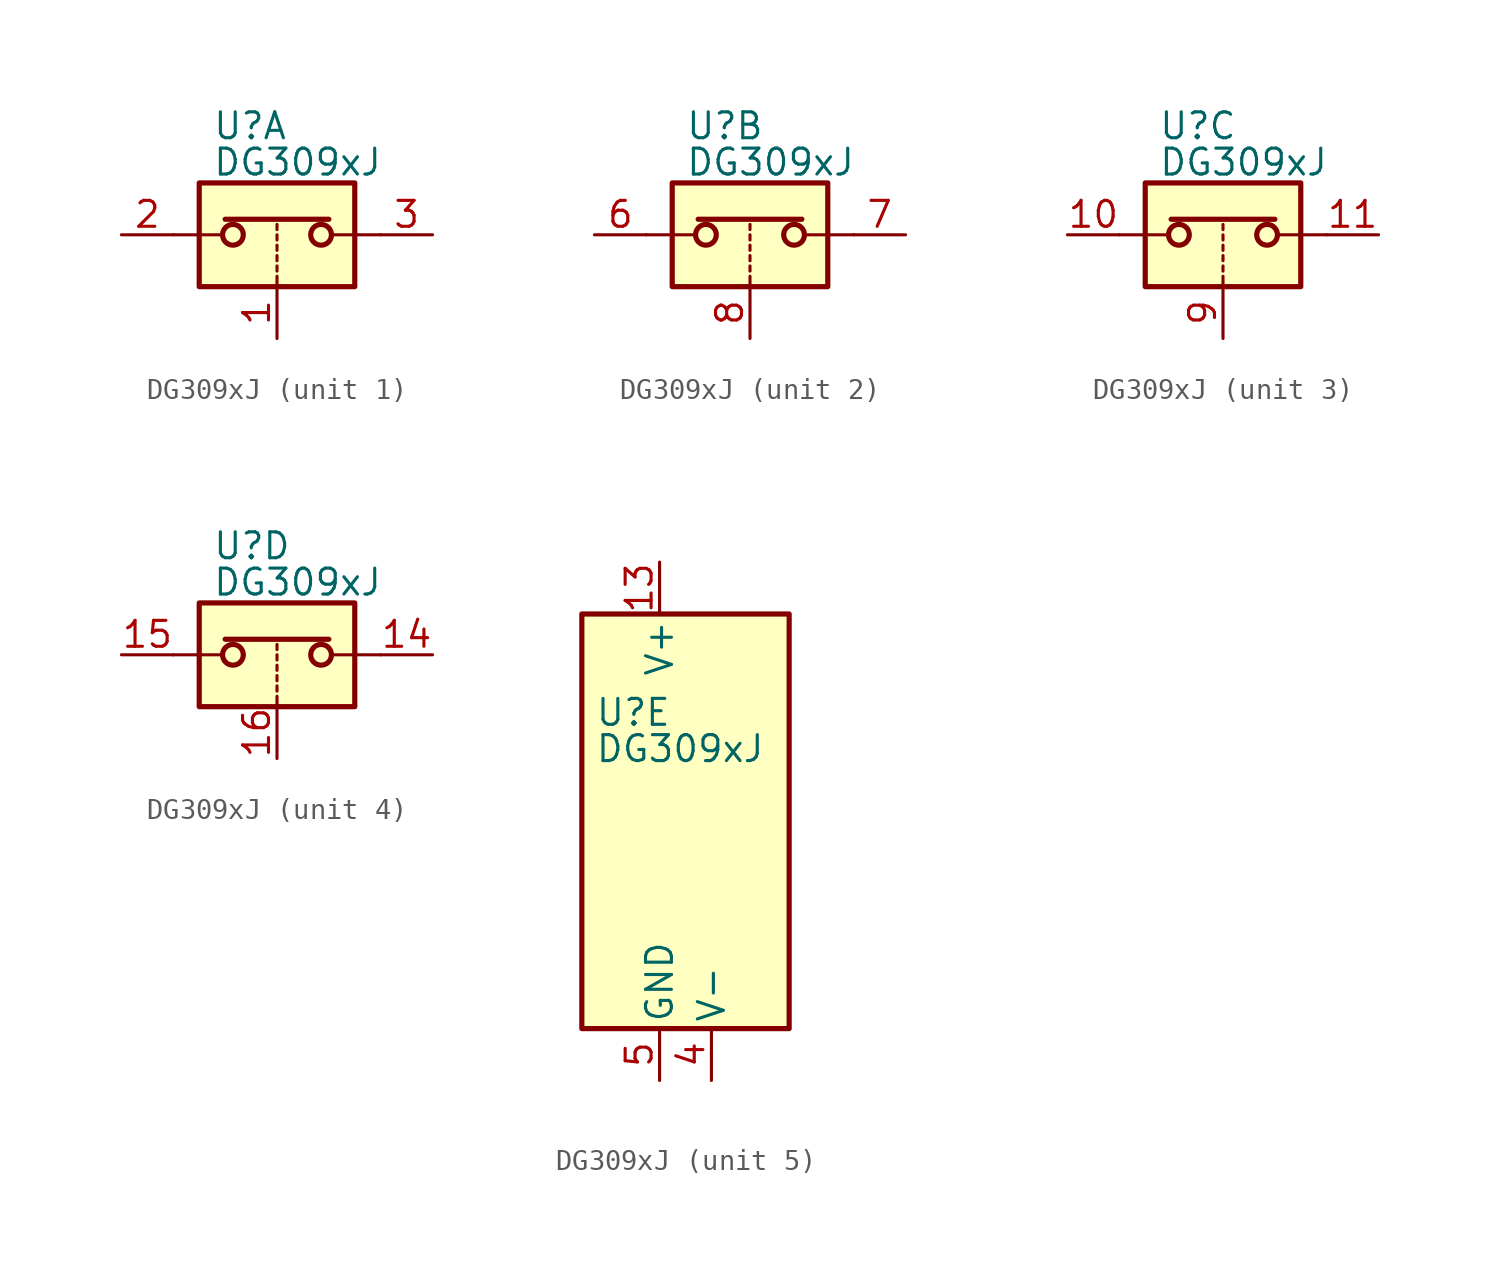
<source format=kicad_sym>
(kicad_symbol_lib
  (version 20220914)
  (generator kicad_symbol_editor)
  (symbol "DG309xJ"
    (pin_names
      (offset 0.254))
    (property "Reference" "U"
      (at -3.175 5.334 0)
      (effects (font (size 1.27 1.27)) (justify left)))
    (property "Value" "DG309xJ"
      (at -3.175 3.556 0)
      (effects (font (size 1.27 1.27)) (justify left)))
    (symbol "DG309xJ_1_1"
      (rectangle (start -3.81 2.54) (end 3.81 -2.54) (stroke (width 0.254) (type default)) (fill (type background)))
      (circle (center -2.159 0) (radius 0.508) (stroke (width 0.254) (type default)) (fill (type none)))
      (polyline (pts (xy -5.08 0) (xy -2.794 0)) (stroke (width 0) (type default)) (fill (type none)))
      (polyline (pts (xy -2.54 0.762) (xy 2.54 0.762)) (stroke (width 0.254) (type default)) (fill (type none)))
      (polyline (pts (xy 0 -2.54) (xy 0 -2.032)) (stroke (width 0) (type default)) (fill (type none)))
      (polyline (pts (xy 0 -1.778) (xy 0 -1.524)) (stroke (width 0) (type default)) (fill (type none)))
      (polyline (pts (xy 0 -1.27) (xy 0 -1.016)) (stroke (width 0) (type default)) (fill (type none)))
      (polyline (pts (xy 0 -0.762) (xy 0 -0.508)) (stroke (width 0) (type default)) (fill (type none)))
      (polyline (pts (xy 0 -0.254) (xy 0 0)) (stroke (width 0) (type default)) (fill (type none)))
      (polyline (pts (xy 0 0.254) (xy 0 0.508)) (stroke (width 0) (type default)) (fill (type none)))
      (polyline (pts (xy 5.08 0) (xy 2.794 0)) (stroke (width 0) (type default)) (fill (type none)))
      (circle (center 2.159 0) (radius 0.508) (stroke (width 0.254) (type default)) (fill (type none)))
      (pin input line (at 0 -5.08 90) (length 2.54) (name "~" (effects (font (size 1.27 1.27)))) (number "1" (effects (font (size 1.27 1.27)))))
      (pin passive line (at -7.62 0 0) (length 2.54) (name "~" (effects (font (size 1.27 1.27)))) (number "2" (effects (font (size 1.27 1.27)))))
      (pin passive line (at 7.62 0 180) (length 2.54) (name "~" (effects (font (size 1.27 1.27)))) (number "3" (effects (font (size 1.27 1.27))))))
    (symbol "DG309xJ_2_1"
      (rectangle (start -3.81 2.54) (end 3.81 -2.54) (stroke (width 0.254) (type default)) (fill (type background)))
      (circle (center -2.159 0) (radius 0.508) (stroke (width 0.254) (type default)) (fill (type none)))
      (polyline (pts (xy -5.08 0) (xy -2.794 0)) (stroke (width 0) (type default)) (fill (type none)))
      (polyline (pts (xy -2.54 0.762) (xy 2.54 0.762)) (stroke (width 0.254) (type default)) (fill (type none)))
      (polyline (pts (xy 0 -2.54) (xy 0 -2.032)) (stroke (width 0) (type default)) (fill (type none)))
      (polyline (pts (xy 0 -1.778) (xy 0 -1.524)) (stroke (width 0) (type default)) (fill (type none)))
      (polyline (pts (xy 0 -1.27) (xy 0 -1.016)) (stroke (width 0) (type default)) (fill (type none)))
      (polyline (pts (xy 0 -0.762) (xy 0 -0.508)) (stroke (width 0) (type default)) (fill (type none)))
      (polyline (pts (xy 0 -0.254) (xy 0 0)) (stroke (width 0) (type default)) (fill (type none)))
      (polyline (pts (xy 0 0.254) (xy 0 0.508)) (stroke (width 0) (type default)) (fill (type none)))
      (polyline (pts (xy 5.08 0) (xy 2.794 0)) (stroke (width 0) (type default)) (fill (type none)))
      (circle (center 2.159 0) (radius 0.508) (stroke (width 0.254) (type default)) (fill (type none)))
      (pin passive line (at -7.62 0 0) (length 2.54) (name "~" (effects (font (size 1.27 1.27)))) (number "6" (effects (font (size 1.27 1.27)))))
      (pin passive line (at 7.62 0 180) (length 2.54) (name "~" (effects (font (size 1.27 1.27)))) (number "7" (effects (font (size 1.27 1.27)))))
      (pin input line (at 0 -5.08 90) (length 2.54) (name "~" (effects (font (size 1.27 1.27)))) (number "8" (effects (font (size 1.27 1.27))))))
    (symbol "DG309xJ_3_1"
      (rectangle (start -3.81 2.54) (end 3.81 -2.54) (stroke (width 0.254) (type default)) (fill (type background)))
      (circle (center -2.159 0) (radius 0.508) (stroke (width 0.254) (type default)) (fill (type none)))
      (polyline (pts (xy -5.08 0) (xy -2.794 0)) (stroke (width 0) (type default)) (fill (type none)))
      (polyline (pts (xy -2.54 0.762) (xy 2.54 0.762)) (stroke (width 0.254) (type default)) (fill (type none)))
      (polyline (pts (xy 0 -2.54) (xy 0 -2.032)) (stroke (width 0) (type default)) (fill (type none)))
      (polyline (pts (xy 0 -1.778) (xy 0 -1.524)) (stroke (width 0) (type default)) (fill (type none)))
      (polyline (pts (xy 0 -1.27) (xy 0 -1.016)) (stroke (width 0) (type default)) (fill (type none)))
      (polyline (pts (xy 0 -0.762) (xy 0 -0.508)) (stroke (width 0) (type default)) (fill (type none)))
      (polyline (pts (xy 0 -0.254) (xy 0 0)) (stroke (width 0) (type default)) (fill (type none)))
      (polyline (pts (xy 0 0.254) (xy 0 0.508)) (stroke (width 0) (type default)) (fill (type none)))
      (polyline (pts (xy 5.08 0) (xy 2.794 0)) (stroke (width 0) (type default)) (fill (type none)))
      (circle (center 2.159 0) (radius 0.508) (stroke (width 0.254) (type default)) (fill (type none)))
      (pin passive line (at -7.62 0 0) (length 2.54) (name "~" (effects (font (size 1.27 1.27)))) (number "10" (effects (font (size 1.27 1.27)))))
      (pin passive line (at 7.62 0 180) (length 2.54) (name "~" (effects (font (size 1.27 1.27)))) (number "11" (effects (font (size 1.27 1.27)))))
      (pin input line (at 0 -5.08 90) (length 2.54) (name "~" (effects (font (size 1.27 1.27)))) (number "9" (effects (font (size 1.27 1.27))))))
    (symbol "DG309xJ_4_1"
      (rectangle (start -3.81 2.54) (end 3.81 -2.54) (stroke (width 0.254) (type default)) (fill (type background)))
      (circle (center -2.159 0) (radius 0.508) (stroke (width 0.254) (type default)) (fill (type none)))
      (polyline (pts (xy -5.08 0) (xy -2.794 0)) (stroke (width 0) (type default)) (fill (type none)))
      (polyline (pts (xy -2.54 0.762) (xy 2.54 0.762)) (stroke (width 0.254) (type default)) (fill (type none)))
      (polyline (pts (xy 0 -2.54) (xy 0 -2.032)) (stroke (width 0) (type default)) (fill (type none)))
      (polyline (pts (xy 0 -1.778) (xy 0 -1.524)) (stroke (width 0) (type default)) (fill (type none)))
      (polyline (pts (xy 0 -1.27) (xy 0 -1.016)) (stroke (width 0) (type default)) (fill (type none)))
      (polyline (pts (xy 0 -0.762) (xy 0 -0.508)) (stroke (width 0) (type default)) (fill (type none)))
      (polyline (pts (xy 0 -0.254) (xy 0 0)) (stroke (width 0) (type default)) (fill (type none)))
      (polyline (pts (xy 0 0.254) (xy 0 0.508)) (stroke (width 0) (type default)) (fill (type none)))
      (polyline (pts (xy 5.08 0) (xy 2.794 0)) (stroke (width 0) (type default)) (fill (type none)))
      (circle (center 2.159 0) (radius 0.508) (stroke (width 0.254) (type default)) (fill (type none)))
      (pin passive line (at 7.62 0 180) (length 2.54) (name "~" (effects (font (size 1.27 1.27)))) (number "14" (effects (font (size 1.27 1.27)))))
      (pin passive line (at -7.62 0 0) (length 2.54) (name "~" (effects (font (size 1.27 1.27)))) (number "15" (effects (font (size 1.27 1.27)))))
      (pin input line (at 0 -5.08 90) (length 2.54) (name "~" (effects (font (size 1.27 1.27)))) (number "16" (effects (font (size 1.27 1.27))))))
    (symbol "DG309xJ_5_0"
      (pin no_connect line (at 2.54 10.16 270) (length 2.54) hide (name "NC" (effects (font (size 1.27 1.27)))) (number "12" (effects (font (size 1.27 1.27)))))
      (pin power_in line (at 0 12.7 270) (length 2.54) (name "V+" (effects (font (size 1.27 1.27)))) (number "13" (effects (font (size 1.27 1.27)))))
      (pin power_in line (at 2.54 -12.7 90) (length 2.54) (name "V-" (effects (font (size 1.27 1.27)))) (number "4" (effects (font (size 1.27 1.27)))))
      (pin power_in line (at 0 -12.7 90) (length 2.54) (name "GND" (effects (font (size 1.27 1.27)))) (number "5" (effects (font (size 1.27 1.27))))))
    (symbol "DG309xJ_5_1"
      (rectangle (start -3.81 10.16) (end 6.35 -10.16) (stroke (width 0.254) (type default)) (fill (type background))))))
</source>
